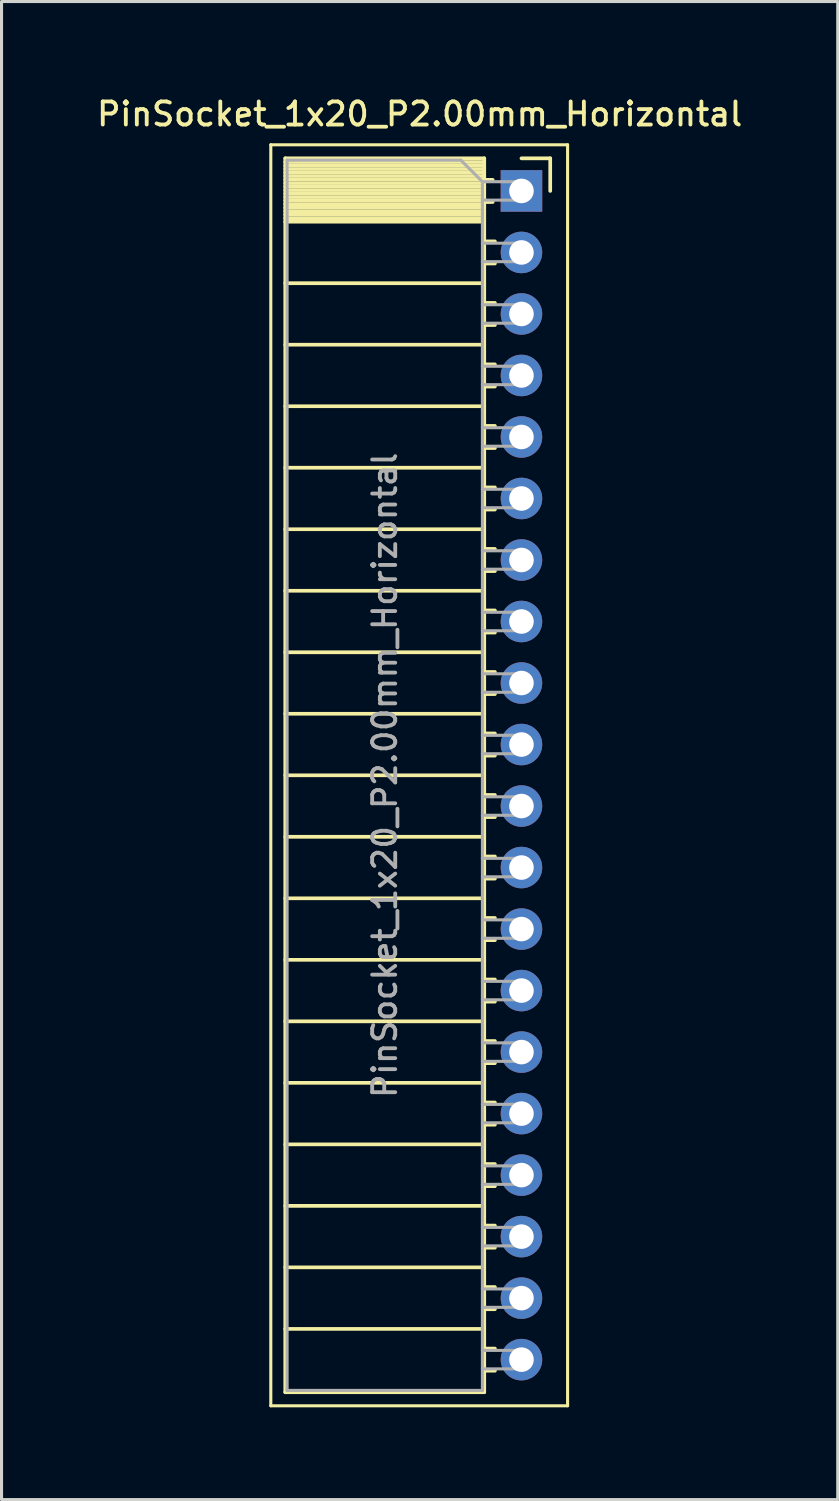
<source format=kicad_pcb>
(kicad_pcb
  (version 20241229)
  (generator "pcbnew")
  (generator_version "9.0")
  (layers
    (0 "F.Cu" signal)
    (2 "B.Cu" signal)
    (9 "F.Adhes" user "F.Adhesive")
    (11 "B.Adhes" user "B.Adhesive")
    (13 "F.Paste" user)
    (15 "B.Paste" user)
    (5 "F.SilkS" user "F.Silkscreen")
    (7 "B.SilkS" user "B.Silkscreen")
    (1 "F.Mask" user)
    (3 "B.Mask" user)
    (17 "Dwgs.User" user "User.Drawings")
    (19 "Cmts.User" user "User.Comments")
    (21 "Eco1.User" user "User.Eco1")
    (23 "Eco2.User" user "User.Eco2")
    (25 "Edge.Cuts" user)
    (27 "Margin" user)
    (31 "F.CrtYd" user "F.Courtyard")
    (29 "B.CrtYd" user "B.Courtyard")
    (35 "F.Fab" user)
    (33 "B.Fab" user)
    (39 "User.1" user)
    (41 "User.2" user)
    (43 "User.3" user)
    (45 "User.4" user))
  (footprint "PinSocket_1x20_P2.00mm_Horizontal"
    (layer "F.Cu")
    (at 13.905 3.158)
    (property "Reference" "PinSocket_1x20_P2.00mm_Horizontal" (at -3.31 -2.5 0) (layer "F.SilkS") (effects (font (size 0.75 0.75) (thickness 0.125))))
    (attr through_hole)
    (fp_line (start -8.15 -1.5) (end -8.15 39.5) (stroke (width 0.1) (type solid)) (layer "F.SilkS"))
    (fp_line (start -8.15 39.5) (end 1.5 39.5) (stroke (width 0.1) (type solid)) (layer "F.SilkS"))
    (fp_line (start -7.68 -1.06) (end -7.68 39.06) (stroke (width 0.12) (type solid)) (layer "F.SilkS"))
    (fp_line (start -7.68 -1.06) (end -1.21 -1.06) (stroke (width 0.12) (type solid)) (layer "F.SilkS"))
    (fp_line (start -7.68 -0.94) (end -1.21 -0.94) (stroke (width 0.12) (type solid)) (layer "F.SilkS"))
    (fp_line (start -7.68 -0.826) (end -1.21 -0.826) (stroke (width 0.12) (type solid)) (layer "F.SilkS"))
    (fp_line (start -7.68 -0.712) (end -1.21 -0.712) (stroke (width 0.12) (type solid)) (layer "F.SilkS"))
    (fp_line (start -7.68 -0.598) (end -1.21 -0.598) (stroke (width 0.12) (type solid)) (layer "F.SilkS"))
    (fp_line (start -7.68 -0.484) (end -1.21 -0.484) (stroke (width 0.12) (type solid)) (layer "F.SilkS"))
    (fp_line (start -7.68 -0.369) (end -1.21 -0.369) (stroke (width 0.12) (type solid)) (layer "F.SilkS"))
    (fp_line (start -7.68 -0.255) (end -1.21 -0.255) (stroke (width 0.12) (type solid)) (layer "F.SilkS"))
    (fp_line (start -7.68 -0.141) (end -1.21 -0.141) (stroke (width 0.12) (type solid)) (layer "F.SilkS"))
    (fp_line (start -7.68 -0.027) (end -1.21 -0.027) (stroke (width 0.12) (type solid)) (layer "F.SilkS"))
    (fp_line (start -7.68 0.087) (end -1.21 0.087) (stroke (width 0.12) (type solid)) (layer "F.SilkS"))
    (fp_line (start -7.68 0.201) (end -1.21 0.201) (stroke (width 0.12) (type solid)) (layer "F.SilkS"))
    (fp_line (start -7.68 0.315) (end -1.21 0.315) (stroke (width 0.12) (type solid)) (layer "F.SilkS"))
    (fp_line (start -7.68 0.429) (end -1.21 0.429) (stroke (width 0.12) (type solid)) (layer "F.SilkS"))
    (fp_line (start -7.68 0.544) (end -1.21 0.544) (stroke (width 0.12) (type solid)) (layer "F.SilkS"))
    (fp_line (start -7.68 0.658) (end -1.21 0.658) (stroke (width 0.12) (type solid)) (layer "F.SilkS"))
    (fp_line (start -7.68 0.772) (end -1.21 0.772) (stroke (width 0.12) (type solid)) (layer "F.SilkS"))
    (fp_line (start -7.68 0.886) (end -1.21 0.886) (stroke (width 0.12) (type solid)) (layer "F.SilkS"))
    (fp_line (start -7.68 1) (end -1.21 1) (stroke (width 0.12) (type solid)) (layer "F.SilkS"))
    (fp_line (start -7.68 3) (end -1.21 3) (stroke (width 0.12) (type solid)) (layer "F.SilkS"))
    (fp_line (start -7.68 5) (end -1.21 5) (stroke (width 0.12) (type solid)) (layer "F.SilkS"))
    (fp_line (start -7.68 7) (end -1.21 7) (stroke (width 0.12) (type solid)) (layer "F.SilkS"))
    (fp_line (start -7.68 9) (end -1.21 9) (stroke (width 0.12) (type solid)) (layer "F.SilkS"))
    (fp_line (start -7.68 11) (end -1.21 11) (stroke (width 0.12) (type solid)) (layer "F.SilkS"))
    (fp_line (start -7.68 13) (end -1.21 13) (stroke (width 0.12) (type solid)) (layer "F.SilkS"))
    (fp_line (start -7.68 15) (end -1.21 15) (stroke (width 0.12) (type solid)) (layer "F.SilkS"))
    (fp_line (start -7.68 17) (end -1.21 17) (stroke (width 0.12) (type solid)) (layer "F.SilkS"))
    (fp_line (start -7.68 19) (end -1.21 19) (stroke (width 0.12) (type solid)) (layer "F.SilkS"))
    (fp_line (start -7.68 21) (end -1.21 21) (stroke (width 0.12) (type solid)) (layer "F.SilkS"))
    (fp_line (start -7.68 23) (end -1.21 23) (stroke (width 0.12) (type solid)) (layer "F.SilkS"))
    (fp_line (start -7.68 25) (end -1.21 25) (stroke (width 0.12) (type solid)) (layer "F.SilkS"))
    (fp_line (start -7.68 27) (end -1.21 27) (stroke (width 0.12) (type solid)) (layer "F.SilkS"))
    (fp_line (start -7.68 29) (end -1.21 29) (stroke (width 0.12) (type solid)) (layer "F.SilkS"))
    (fp_line (start -7.68 31) (end -1.21 31) (stroke (width 0.12) (type solid)) (layer "F.SilkS"))
    (fp_line (start -7.68 33) (end -1.21 33) (stroke (width 0.12) (type solid)) (layer "F.SilkS"))
    (fp_line (start -7.68 35) (end -1.21 35) (stroke (width 0.12) (type solid)) (layer "F.SilkS"))
    (fp_line (start -7.68 37) (end -1.21 37) (stroke (width 0.12) (type solid)) (layer "F.SilkS"))
    (fp_line (start -7.68 39.06) (end -1.21 39.06) (stroke (width 0.12) (type solid)) (layer "F.SilkS"))
    (fp_line (start -1.21 -1.06) (end -1.21 39.06) (stroke (width 0.12) (type solid)) (layer "F.SilkS"))
    (fp_line (start -1.21 -0.36) (end -0.935 -0.36) (stroke (width 0.12) (type solid)) (layer "F.SilkS"))
    (fp_line (start -1.21 0.36) (end -0.935 0.36) (stroke (width 0.12) (type solid)) (layer "F.SilkS"))
    (fp_line (start -1.21 1.64) (end -0.863 1.64) (stroke (width 0.12) (type solid)) (layer "F.SilkS"))
    (fp_line (start -1.21 2.36) (end -0.863 2.36) (stroke (width 0.12) (type solid)) (layer "F.SilkS"))
    (fp_line (start -1.21 3.64) (end -0.863 3.64) (stroke (width 0.12) (type solid)) (layer "F.SilkS"))
    (fp_line (start -1.21 4.36) (end -0.863 4.36) (stroke (width 0.12) (type solid)) (layer "F.SilkS"))
    (fp_line (start -1.21 5.64) (end -0.863 5.64) (stroke (width 0.12) (type solid)) (layer "F.SilkS"))
    (fp_line (start -1.21 6.36) (end -0.863 6.36) (stroke (width 0.12) (type solid)) (layer "F.SilkS"))
    (fp_line (start -1.21 7.64) (end -0.863 7.64) (stroke (width 0.12) (type solid)) (layer "F.SilkS"))
    (fp_line (start -1.21 8.36) (end -0.863 8.36) (stroke (width 0.12) (type solid)) (layer "F.SilkS"))
    (fp_line (start -1.21 9.64) (end -0.863 9.64) (stroke (width 0.12) (type solid)) (layer "F.SilkS"))
    (fp_line (start -1.21 10.36) (end -0.863 10.36) (stroke (width 0.12) (type solid)) (layer "F.SilkS"))
    (fp_line (start -1.21 11.64) (end -0.863 11.64) (stroke (width 0.12) (type solid)) (layer "F.SilkS"))
    (fp_line (start -1.21 12.36) (end -0.863 12.36) (stroke (width 0.12) (type solid)) (layer "F.SilkS"))
    (fp_line (start -1.21 13.64) (end -0.863 13.64) (stroke (width 0.12) (type solid)) (layer "F.SilkS"))
    (fp_line (start -1.21 14.36) (end -0.863 14.36) (stroke (width 0.12) (type solid)) (layer "F.SilkS"))
    (fp_line (start -1.21 15.64) (end -0.863 15.64) (stroke (width 0.12) (type solid)) (layer "F.SilkS"))
    (fp_line (start -1.21 16.36) (end -0.863 16.36) (stroke (width 0.12) (type solid)) (layer "F.SilkS"))
    (fp_line (start -1.21 17.64) (end -0.863 17.64) (stroke (width 0.12) (type solid)) (layer "F.SilkS"))
    (fp_line (start -1.21 18.36) (end -0.863 18.36) (stroke (width 0.12) (type solid)) (layer "F.SilkS"))
    (fp_line (start -1.21 19.64) (end -0.863 19.64) (stroke (width 0.12) (type solid)) (layer "F.SilkS"))
    (fp_line (start -1.21 20.36) (end -0.863 20.36) (stroke (width 0.12) (type solid)) (layer "F.SilkS"))
    (fp_line (start -1.21 21.64) (end -0.863 21.64) (stroke (width 0.12) (type solid)) (layer "F.SilkS"))
    (fp_line (start -1.21 22.36) (end -0.863 22.36) (stroke (width 0.12) (type solid)) (layer "F.SilkS"))
    (fp_line (start -1.21 23.64) (end -0.863 23.64) (stroke (width 0.12) (type solid)) (layer "F.SilkS"))
    (fp_line (start -1.21 24.36) (end -0.863 24.36) (stroke (width 0.12) (type solid)) (layer "F.SilkS"))
    (fp_line (start -1.21 25.64) (end -0.863 25.64) (stroke (width 0.12) (type solid)) (layer "F.SilkS"))
    (fp_line (start -1.21 26.36) (end -0.863 26.36) (stroke (width 0.12) (type solid)) (layer "F.SilkS"))
    (fp_line (start -1.21 27.64) (end -0.863 27.64) (stroke (width 0.12) (type solid)) (layer "F.SilkS"))
    (fp_line (start -1.21 28.36) (end -0.863 28.36) (stroke (width 0.12) (type solid)) (layer "F.SilkS"))
    (fp_line (start -1.21 29.64) (end -0.863 29.64) (stroke (width 0.12) (type solid)) (layer "F.SilkS"))
    (fp_line (start -1.21 30.36) (end -0.863 30.36) (stroke (width 0.12) (type solid)) (layer "F.SilkS"))
    (fp_line (start -1.21 31.64) (end -0.863 31.64) (stroke (width 0.12) (type solid)) (layer "F.SilkS"))
    (fp_line (start -1.21 32.36) (end -0.863 32.36) (stroke (width 0.12) (type solid)) (layer "F.SilkS"))
    (fp_line (start -1.21 33.64) (end -0.863 33.64) (stroke (width 0.12) (type solid)) (layer "F.SilkS"))
    (fp_line (start -1.21 34.36) (end -0.863 34.36) (stroke (width 0.12) (type solid)) (layer "F.SilkS"))
    (fp_line (start -1.21 35.64) (end -0.863 35.64) (stroke (width 0.12) (type solid)) (layer "F.SilkS"))
    (fp_line (start -1.21 36.36) (end -0.863 36.36) (stroke (width 0.12) (type solid)) (layer "F.SilkS"))
    (fp_line (start -1.21 37.64) (end -0.863 37.64) (stroke (width 0.12) (type solid)) (layer "F.SilkS"))
    (fp_line (start -1.21 38.36) (end -0.863 38.36) (stroke (width 0.12) (type solid)) (layer "F.SilkS"))
    (fp_line (start 0 -1.06) (end 0.935 -1.06) (stroke (width 0.12) (type solid)) (layer "F.SilkS"))
    (fp_line (start 0.935 -1.06) (end 0.935 0) (stroke (width 0.12) (type solid)) (layer "F.SilkS"))
    (fp_line (start 1.5 -1.5) (end -8.15 -1.5) (stroke (width 0.1) (type solid)) (layer "F.SilkS"))
    (fp_line (start 1.5 39.5) (end 1.5 -1.5) (stroke (width 0.1) (type solid)) (layer "F.SilkS"))
    (fp_line (start -7.62 -1) (end -1.97 -1) (stroke (width 0.1) (type solid)) (layer "F.Fab"))
    (fp_line (start -7.62 39) (end -7.62 -1) (stroke (width 0.1) (type solid)) (layer "F.Fab"))
    (fp_line (start -1.97 -1) (end -1.27 -0.3) (stroke (width 0.1) (type solid)) (layer "F.Fab"))
    (fp_line (start -1.27 -0.3) (end -1.27 39) (stroke (width 0.1) (type solid)) (layer "F.Fab"))
    (fp_line (start -1.27 0.3) (end 0 0.3) (stroke (width 0.1) (type solid)) (layer "F.Fab"))
    (fp_line (start -1.27 2.3) (end 0 2.3) (stroke (width 0.1) (type solid)) (layer "F.Fab"))
    (fp_line (start -1.27 4.3) (end 0 4.3) (stroke (width 0.1) (type solid)) (layer "F.Fab"))
    (fp_line (start -1.27 6.3) (end 0 6.3) (stroke (width 0.1) (type solid)) (layer "F.Fab"))
    (fp_line (start -1.27 8.3) (end 0 8.3) (stroke (width 0.1) (type solid)) (layer "F.Fab"))
    (fp_line (start -1.27 10.3) (end 0 10.3) (stroke (width 0.1) (type solid)) (layer "F.Fab"))
    (fp_line (start -1.27 12.3) (end 0 12.3) (stroke (width 0.1) (type solid)) (layer "F.Fab"))
    (fp_line (start -1.27 14.3) (end 0 14.3) (stroke (width 0.1) (type solid)) (layer "F.Fab"))
    (fp_line (start -1.27 16.3) (end 0 16.3) (stroke (width 0.1) (type solid)) (layer "F.Fab"))
    (fp_line (start -1.27 18.3) (end 0 18.3) (stroke (width 0.1) (type solid)) (layer "F.Fab"))
    (fp_line (start -1.27 20.3) (end 0 20.3) (stroke (width 0.1) (type solid)) (layer "F.Fab"))
    (fp_line (start -1.27 22.3) (end 0 22.3) (stroke (width 0.1) (type solid)) (layer "F.Fab"))
    (fp_line (start -1.27 24.3) (end 0 24.3) (stroke (width 0.1) (type solid)) (layer "F.Fab"))
    (fp_line (start -1.27 26.3) (end 0 26.3) (stroke (width 0.1) (type solid)) (layer "F.Fab"))
    (fp_line (start -1.27 28.3) (end 0 28.3) (stroke (width 0.1) (type solid)) (layer "F.Fab"))
    (fp_line (start -1.27 30.3) (end 0 30.3) (stroke (width 0.1) (type solid)) (layer "F.Fab"))
    (fp_line (start -1.27 32.3) (end 0 32.3) (stroke (width 0.1) (type solid)) (layer "F.Fab"))
    (fp_line (start -1.27 34.3) (end 0 34.3) (stroke (width 0.1) (type solid)) (layer "F.Fab"))
    (fp_line (start -1.27 36.3) (end 0 36.3) (stroke (width 0.1) (type solid)) (layer "F.Fab"))
    (fp_line (start -1.27 38.3) (end 0 38.3) (stroke (width 0.1) (type solid)) (layer "F.Fab"))
    (fp_line (start -1.27 39) (end -7.62 39) (stroke (width 0.1) (type solid)) (layer "F.Fab"))
    (fp_line (start 0 -0.3) (end -1.27 -0.3) (stroke (width 0.1) (type solid)) (layer "F.Fab"))
    (fp_line (start 0 0.3) (end 0 -0.3) (stroke (width 0.1) (type solid)) (layer "F.Fab"))
    (fp_line (start 0 1.7) (end -1.27 1.7) (stroke (width 0.1) (type solid)) (layer "F.Fab"))
    (fp_line (start 0 2.3) (end 0 1.7) (stroke (width 0.1) (type solid)) (layer "F.Fab"))
    (fp_line (start 0 3.7) (end -1.27 3.7) (stroke (width 0.1) (type solid)) (layer "F.Fab"))
    (fp_line (start 0 4.3) (end 0 3.7) (stroke (width 0.1) (type solid)) (layer "F.Fab"))
    (fp_line (start 0 5.7) (end -1.27 5.7) (stroke (width 0.1) (type solid)) (layer "F.Fab"))
    (fp_line (start 0 6.3) (end 0 5.7) (stroke (width 0.1) (type solid)) (layer "F.Fab"))
    (fp_line (start 0 7.7) (end -1.27 7.7) (stroke (width 0.1) (type solid)) (layer "F.Fab"))
    (fp_line (start 0 8.3) (end 0 7.7) (stroke (width 0.1) (type solid)) (layer "F.Fab"))
    (fp_line (start 0 9.7) (end -1.27 9.7) (stroke (width 0.1) (type solid)) (layer "F.Fab"))
    (fp_line (start 0 10.3) (end 0 9.7) (stroke (width 0.1) (type solid)) (layer "F.Fab"))
    (fp_line (start 0 11.7) (end -1.27 11.7) (stroke (width 0.1) (type solid)) (layer "F.Fab"))
    (fp_line (start 0 12.3) (end 0 11.7) (stroke (width 0.1) (type solid)) (layer "F.Fab"))
    (fp_line (start 0 13.7) (end -1.27 13.7) (stroke (width 0.1) (type solid)) (layer "F.Fab"))
    (fp_line (start 0 14.3) (end 0 13.7) (stroke (width 0.1) (type solid)) (layer "F.Fab"))
    (fp_line (start 0 15.7) (end -1.27 15.7) (stroke (width 0.1) (type solid)) (layer "F.Fab"))
    (fp_line (start 0 16.3) (end 0 15.7) (stroke (width 0.1) (type solid)) (layer "F.Fab"))
    (fp_line (start 0 17.7) (end -1.27 17.7) (stroke (width 0.1) (type solid)) (layer "F.Fab"))
    (fp_line (start 0 18.3) (end 0 17.7) (stroke (width 0.1) (type solid)) (layer "F.Fab"))
    (fp_line (start 0 19.7) (end -1.27 19.7) (stroke (width 0.1) (type solid)) (layer "F.Fab"))
    (fp_line (start 0 20.3) (end 0 19.7) (stroke (width 0.1) (type solid)) (layer "F.Fab"))
    (fp_line (start 0 21.7) (end -1.27 21.7) (stroke (width 0.1) (type solid)) (layer "F.Fab"))
    (fp_line (start 0 22.3) (end 0 21.7) (stroke (width 0.1) (type solid)) (layer "F.Fab"))
    (fp_line (start 0 23.7) (end -1.27 23.7) (stroke (width 0.1) (type solid)) (layer "F.Fab"))
    (fp_line (start 0 24.3) (end 0 23.7) (stroke (width 0.1) (type solid)) (layer "F.Fab"))
    (fp_line (start 0 25.7) (end -1.27 25.7) (stroke (width 0.1) (type solid)) (layer "F.Fab"))
    (fp_line (start 0 26.3) (end 0 25.7) (stroke (width 0.1) (type solid)) (layer "F.Fab"))
    (fp_line (start 0 27.7) (end -1.27 27.7) (stroke (width 0.1) (type solid)) (layer "F.Fab"))
    (fp_line (start 0 28.3) (end 0 27.7) (stroke (width 0.1) (type solid)) (layer "F.Fab"))
    (fp_line (start 0 29.7) (end -1.27 29.7) (stroke (width 0.1) (type solid)) (layer "F.Fab"))
    (fp_line (start 0 30.3) (end 0 29.7) (stroke (width 0.1) (type solid)) (layer "F.Fab"))
    (fp_line (start 0 31.7) (end -1.27 31.7) (stroke (width 0.1) (type solid)) (layer "F.Fab"))
    (fp_line (start 0 32.3) (end 0 31.7) (stroke (width 0.1) (type solid)) (layer "F.Fab"))
    (fp_line (start 0 33.7) (end -1.27 33.7) (stroke (width 0.1) (type solid)) (layer "F.Fab"))
    (fp_line (start 0 34.3) (end 0 33.7) (stroke (width 0.1) (type solid)) (layer "F.Fab"))
    (fp_line (start 0 35.7) (end -1.27 35.7) (stroke (width 0.1) (type solid)) (layer "F.Fab"))
    (fp_line (start 0 36.3) (end 0 35.7) (stroke (width 0.1) (type solid)) (layer "F.Fab"))
    (fp_line (start 0 37.7) (end -1.27 37.7) (stroke (width 0.1) (type solid)) (layer "F.Fab"))
    (fp_line (start 0 38.3) (end 0 37.7) (stroke (width 0.1) (type solid)) (layer "F.Fab"))
    (fp_text user "${REFERENCE}" (at -4.445 19 90) (layer "F.Fab") (effects (font (size 0.75 0.75) (thickness 0.125))))
    (pad "1" thru_hole rect (at 0 0) (size 1.35 1.35) (drill 0.8) (layers "*.Cu" "*.Mask"))
    (pad "2" thru_hole oval (at 0 2) (size 1.35 1.35) (drill 0.8) (layers "*.Cu" "*.Mask"))
    (pad "3" thru_hole oval (at 0 4) (size 1.35 1.35) (drill 0.8) (layers "*.Cu" "*.Mask"))
    (pad "4" thru_hole oval (at 0 6) (size 1.35 1.35) (drill 0.8) (layers "*.Cu" "*.Mask"))
    (pad "5" thru_hole oval (at 0 8) (size 1.35 1.35) (drill 0.8) (layers "*.Cu" "*.Mask"))
    (pad "6" thru_hole oval (at 0 10) (size 1.35 1.35) (drill 0.8) (layers "*.Cu" "*.Mask"))
    (pad "7" thru_hole oval (at 0 12) (size 1.35 1.35) (drill 0.8) (layers "*.Cu" "*.Mask"))
    (pad "8" thru_hole oval (at 0 14) (size 1.35 1.35) (drill 0.8) (layers "*.Cu" "*.Mask"))
    (pad "9" thru_hole oval (at 0 16) (size 1.35 1.35) (drill 0.8) (layers "*.Cu" "*.Mask"))
    (pad "10" thru_hole oval (at 0 18) (size 1.35 1.35) (drill 0.8) (layers "*.Cu" "*.Mask"))
    (pad "11" thru_hole oval (at 0 20) (size 1.35 1.35) (drill 0.8) (layers "*.Cu" "*.Mask"))
    (pad "12" thru_hole oval (at 0 22) (size 1.35 1.35) (drill 0.8) (layers "*.Cu" "*.Mask"))
    (pad "13" thru_hole oval (at 0 24) (size 1.35 1.35) (drill 0.8) (layers "*.Cu" "*.Mask"))
    (pad "14" thru_hole oval (at 0 26) (size 1.35 1.35) (drill 0.8) (layers "*.Cu" "*.Mask"))
    (pad "15" thru_hole oval (at 0 28) (size 1.35 1.35) (drill 0.8) (layers "*.Cu" "*.Mask"))
    (pad "16" thru_hole oval (at 0 30) (size 1.35 1.35) (drill 0.8) (layers "*.Cu" "*.Mask"))
    (pad "17" thru_hole oval (at 0 32) (size 1.35 1.35) (drill 0.8) (layers "*.Cu" "*.Mask"))
    (pad "18" thru_hole oval (at 0 34) (size 1.35 1.35) (drill 0.8) (layers "*.Cu" "*.Mask"))
    (pad "19" thru_hole oval (at 0 36) (size 1.35 1.35) (drill 0.8) (layers "*.Cu" "*.Mask"))
    (pad "20" thru_hole oval (at 0 38) (size 1.35 1.35) (drill 0.8) (layers "*.Cu" "*.Mask")))
  (gr_rect
    (start -3 -3)
    (end 24.189 45.708)
    (stroke (width 0.1) (type default))
    (fill no)
    (layer "Edge.Cuts")))
</source>
